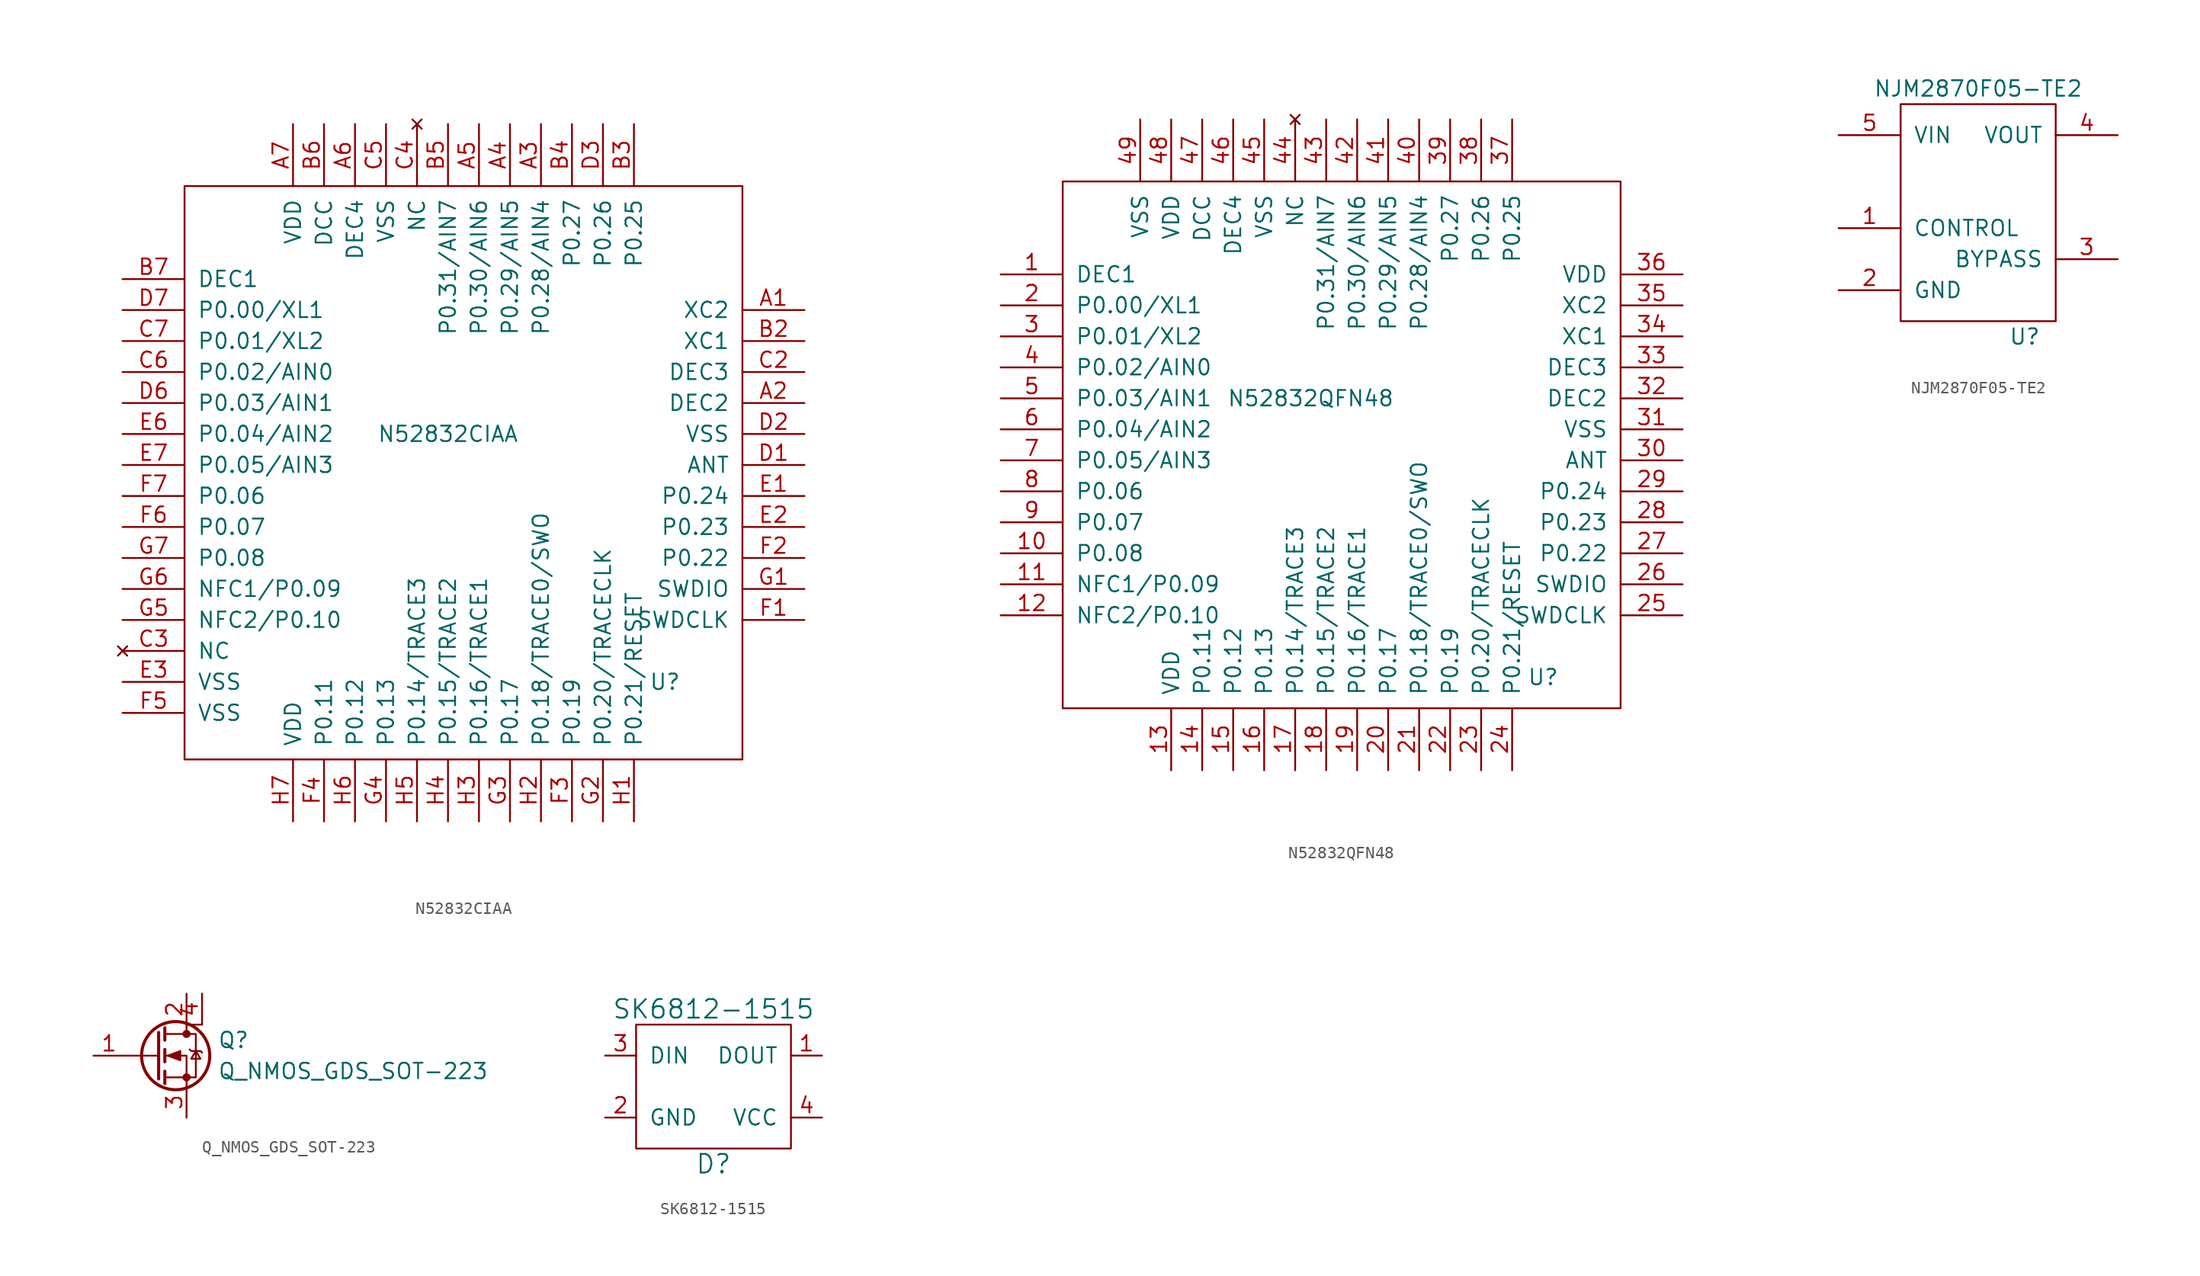
<source format=kicad_sym>
(kicad_symbol_lib
  (version 20231120)
  (generator "kicad_symbol_editor")
  (generator_version "8.0")
  (symbol "N52832CIAA"
    (pin_names
      (offset 1.016))
    (property "Reference" "U"
      (at 17.78 -20.32 0)
      (effects (font (size 1.27 1.27))))
    (property "Value" "N52832CIAA"
      (at 0 0 0)
      (effects (font (size 1.27 1.27))))
    (symbol "N52832CIAA_0_1"
      (rectangle (start -21.59 20.32) (end 24.13 -26.67) (stroke (width 0) (type default)) (fill (type none))))
    (symbol "N52832CIAA_1_1"
      (pin input line (at 29.21 10.16 180) (length 5.08) (name "XC2" (effects (font (size 1.27 1.27)))) (number "A1" (effects (font (size 1.27 1.27)))))
      (pin power_out line (at 29.21 2.54 180) (length 5.08) (name "DEC2" (effects (font (size 1.27 1.27)))) (number "A2" (effects (font (size 1.27 1.27)))))
      (pin bidirectional line (at 7.62 25.4 270) (length 5.08) (name "P0.28/AIN4" (effects (font (size 1.27 1.27)))) (number "A3" (effects (font (size 1.27 1.27)))))
      (pin bidirectional line (at 5.08 25.4 270) (length 5.08) (name "P0.29/AIN5" (effects (font (size 1.27 1.27)))) (number "A4" (effects (font (size 1.27 1.27)))))
      (pin bidirectional line (at 2.54 25.4 270) (length 5.08) (name "P0.30/AIN6" (effects (font (size 1.27 1.27)))) (number "A5" (effects (font (size 1.27 1.27)))))
      (pin power_out line (at -7.62 25.4 270) (length 5.08) (name "DEC4" (effects (font (size 1.27 1.27)))) (number "A6" (effects (font (size 1.27 1.27)))))
      (pin power_in line (at -12.7 25.4 270) (length 5.08) (name "VDD" (effects (font (size 1.27 1.27)))) (number "A7" (effects (font (size 1.27 1.27)))))
      (pin input line (at 29.21 7.62 180) (length 5.08) (name "XC1" (effects (font (size 1.27 1.27)))) (number "B2" (effects (font (size 1.27 1.27)))))
      (pin bidirectional line (at 15.24 25.4 270) (length 5.08) (name "P0.25" (effects (font (size 1.27 1.27)))) (number "B3" (effects (font (size 1.27 1.27)))))
      (pin bidirectional line (at 10.16 25.4 270) (length 5.08) (name "P0.27" (effects (font (size 1.27 1.27)))) (number "B4" (effects (font (size 1.27 1.27)))))
      (pin bidirectional line (at 0 25.4 270) (length 5.08) (name "P0.31/AIN7" (effects (font (size 1.27 1.27)))) (number "B5" (effects (font (size 1.27 1.27)))))
      (pin power_out line (at -10.16 25.4 270) (length 5.08) (name "DCC" (effects (font (size 1.27 1.27)))) (number "B6" (effects (font (size 1.27 1.27)))))
      (pin power_out line (at -26.67 12.7 0) (length 5.08) (name "DEC1" (effects (font (size 1.27 1.27)))) (number "B7" (effects (font (size 1.27 1.27)))))
      (pin power_out line (at 29.21 5.08 180) (length 5.08) (name "DEC3" (effects (font (size 1.27 1.27)))) (number "C2" (effects (font (size 1.27 1.27)))))
      (pin no_connect line (at -26.67 -17.78 0) (length 5.08) (name "NC" (effects (font (size 1.27 1.27)))) (number "C3" (effects (font (size 1.27 1.27)))))
      (pin no_connect line (at -2.54 25.4 270) (length 5.08) (name "NC" (effects (font (size 1.27 1.27)))) (number "C4" (effects (font (size 1.27 1.27)))))
      (pin power_in line (at -5.08 25.4 270) (length 5.08) (name "VSS" (effects (font (size 1.27 1.27)))) (number "C5" (effects (font (size 1.27 1.27)))))
      (pin bidirectional line (at -26.67 5.08 0) (length 5.08) (name "P0.02/AIN0" (effects (font (size 1.27 1.27)))) (number "C6" (effects (font (size 1.27 1.27)))))
      (pin bidirectional line (at -26.67 7.62 0) (length 5.08) (name "P0.01/XL2" (effects (font (size 1.27 1.27)))) (number "C7" (effects (font (size 1.27 1.27)))))
      (pin passive line (at 29.21 -2.54 180) (length 5.08) (name "ANT" (effects (font (size 1.27 1.27)))) (number "D1" (effects (font (size 1.27 1.27)))))
      (pin power_in line (at 29.21 0 180) (length 5.08) (name "VSS" (effects (font (size 1.27 1.27)))) (number "D2" (effects (font (size 1.27 1.27)))))
      (pin bidirectional line (at 12.7 25.4 270) (length 5.08) (name "P0.26" (effects (font (size 1.27 1.27)))) (number "D3" (effects (font (size 1.27 1.27)))))
      (pin bidirectional line (at -26.67 2.54 0) (length 5.08) (name "P0.03/AIN1" (effects (font (size 1.27 1.27)))) (number "D6" (effects (font (size 1.27 1.27)))))
      (pin bidirectional line (at -26.67 10.16 0) (length 5.08) (name "P0.00/XL1" (effects (font (size 1.27 1.27)))) (number "D7" (effects (font (size 1.27 1.27)))))
      (pin bidirectional line (at 29.21 -5.08 180) (length 5.08) (name "P0.24" (effects (font (size 1.27 1.27)))) (number "E1" (effects (font (size 1.27 1.27)))))
      (pin bidirectional line (at 29.21 -7.62 180) (length 5.08) (name "P0.23" (effects (font (size 1.27 1.27)))) (number "E2" (effects (font (size 1.27 1.27)))))
      (pin power_in line (at -26.67 -20.32 0) (length 5.08) (name "VSS" (effects (font (size 1.27 1.27)))) (number "E3" (effects (font (size 1.27 1.27)))))
      (pin bidirectional line (at -26.67 0 0) (length 5.08) (name "P0.04/AIN2" (effects (font (size 1.27 1.27)))) (number "E6" (effects (font (size 1.27 1.27)))))
      (pin bidirectional line (at -26.67 -2.54 0) (length 5.08) (name "P0.05/AIN3" (effects (font (size 1.27 1.27)))) (number "E7" (effects (font (size 1.27 1.27)))))
      (pin input line (at 29.21 -15.24 180) (length 5.08) (name "SWDCLK" (effects (font (size 1.27 1.27)))) (number "F1" (effects (font (size 1.27 1.27)))))
      (pin bidirectional line (at 29.21 -10.16 180) (length 5.08) (name "P0.22" (effects (font (size 1.27 1.27)))) (number "F2" (effects (font (size 1.27 1.27)))))
      (pin bidirectional line (at 10.16 -31.75 90) (length 5.08) (name "P0.19" (effects (font (size 1.27 1.27)))) (number "F3" (effects (font (size 1.27 1.27)))))
      (pin bidirectional line (at -10.16 -31.75 90) (length 5.08) (name "P0.11" (effects (font (size 1.27 1.27)))) (number "F4" (effects (font (size 1.27 1.27)))))
      (pin power_in line (at -26.67 -22.86 0) (length 5.08) (name "VSS" (effects (font (size 1.27 1.27)))) (number "F5" (effects (font (size 1.27 1.27)))))
      (pin bidirectional line (at -26.67 -7.62 0) (length 5.08) (name "P0.07" (effects (font (size 1.27 1.27)))) (number "F6" (effects (font (size 1.27 1.27)))))
      (pin bidirectional line (at -26.67 -5.08 0) (length 5.08) (name "P0.06" (effects (font (size 1.27 1.27)))) (number "F7" (effects (font (size 1.27 1.27)))))
      (pin bidirectional line (at 29.21 -12.7 180) (length 5.08) (name "SWDIO" (effects (font (size 1.27 1.27)))) (number "G1" (effects (font (size 1.27 1.27)))))
      (pin bidirectional line (at 12.7 -31.75 90) (length 5.08) (name "P0.20/TRACECLK" (effects (font (size 1.27 1.27)))) (number "G2" (effects (font (size 1.27 1.27)))))
      (pin bidirectional line (at 5.08 -31.75 90) (length 5.08) (name "P0.17" (effects (font (size 1.27 1.27)))) (number "G3" (effects (font (size 1.27 1.27)))))
      (pin bidirectional line (at -5.08 -31.75 90) (length 5.08) (name "P0.13" (effects (font (size 1.27 1.27)))) (number "G4" (effects (font (size 1.27 1.27)))))
      (pin bidirectional line (at -26.67 -15.24 0) (length 5.08) (name "NFC2/P0.10" (effects (font (size 1.27 1.27)))) (number "G5" (effects (font (size 1.27 1.27)))))
      (pin bidirectional line (at -26.67 -12.7 0) (length 5.08) (name "NFC1/P0.09" (effects (font (size 1.27 1.27)))) (number "G6" (effects (font (size 1.27 1.27)))))
      (pin bidirectional line (at -26.67 -10.16 0) (length 5.08) (name "P0.08" (effects (font (size 1.27 1.27)))) (number "G7" (effects (font (size 1.27 1.27)))))
      (pin bidirectional line (at 15.24 -31.75 90) (length 5.08) (name "P0.21/RESET" (effects (font (size 1.27 1.27)))) (number "H1" (effects (font (size 1.27 1.27)))))
      (pin bidirectional line (at 7.62 -31.75 90) (length 5.08) (name "P0.18/TRACE0/SWO" (effects (font (size 1.27 1.27)))) (number "H2" (effects (font (size 1.27 1.27)))))
      (pin bidirectional line (at 2.54 -31.75 90) (length 5.08) (name "P0.16/TRACE1" (effects (font (size 1.27 1.27)))) (number "H3" (effects (font (size 1.27 1.27)))))
      (pin bidirectional line (at 0 -31.75 90) (length 5.08) (name "P0.15/TRACE2" (effects (font (size 1.27 1.27)))) (number "H4" (effects (font (size 1.27 1.27)))))
      (pin bidirectional line (at -2.54 -31.75 90) (length 5.08) (name "P0.14/TRACE3" (effects (font (size 1.27 1.27)))) (number "H5" (effects (font (size 1.27 1.27)))))
      (pin bidirectional line (at -7.62 -31.75 90) (length 5.08) (name "P0.12" (effects (font (size 1.27 1.27)))) (number "H6" (effects (font (size 1.27 1.27)))))
      (pin power_in line (at -12.7 -31.75 90) (length 5.08) (name "VDD" (effects (font (size 1.27 1.27)))) (number "H7" (effects (font (size 1.27 1.27)))))))
  (symbol "N52832QFN48"
    (pin_names
      (offset 1.016))
    (property "Reference" "U"
      (at 17.78 -20.32 0)
      (effects (font (size 1.27 1.27))))
    (property "Value" "N52832QFN48"
      (at -1.27 2.54 0)
      (effects (font (size 1.27 1.27))))
    (symbol "N52832QFN48_0_1"
      (rectangle (start -21.59 20.32) (end 24.13 -22.86) (stroke (width 0) (type default)) (fill (type none))))
    (symbol "N52832QFN48_1_1"
      (pin power_out line (at -26.67 12.7 0) (length 5.08) (name "DEC1" (effects (font (size 1.27 1.27)))) (number "1" (effects (font (size 1.27 1.27)))))
      (pin bidirectional line (at -26.67 -10.16 0) (length 5.08) (name "P0.08" (effects (font (size 1.27 1.27)))) (number "10" (effects (font (size 1.27 1.27)))))
      (pin bidirectional line (at -26.67 -12.7 0) (length 5.08) (name "NFC1/P0.09" (effects (font (size 1.27 1.27)))) (number "11" (effects (font (size 1.27 1.27)))))
      (pin bidirectional line (at -26.67 -15.24 0) (length 5.08) (name "NFC2/P0.10" (effects (font (size 1.27 1.27)))) (number "12" (effects (font (size 1.27 1.27)))))
      (pin power_in line (at -12.7 -27.94 90) (length 5.08) (name "VDD" (effects (font (size 1.27 1.27)))) (number "13" (effects (font (size 1.27 1.27)))))
      (pin bidirectional line (at -10.16 -27.94 90) (length 5.08) (name "P0.11" (effects (font (size 1.27 1.27)))) (number "14" (effects (font (size 1.27 1.27)))))
      (pin bidirectional line (at -7.62 -27.94 90) (length 5.08) (name "P0.12" (effects (font (size 1.27 1.27)))) (number "15" (effects (font (size 1.27 1.27)))))
      (pin bidirectional line (at -5.08 -27.94 90) (length 5.08) (name "P0.13" (effects (font (size 1.27 1.27)))) (number "16" (effects (font (size 1.27 1.27)))))
      (pin bidirectional line (at -2.54 -27.94 90) (length 5.08) (name "P0.14/TRACE3" (effects (font (size 1.27 1.27)))) (number "17" (effects (font (size 1.27 1.27)))))
      (pin bidirectional line (at 0 -27.94 90) (length 5.08) (name "P0.15/TRACE2" (effects (font (size 1.27 1.27)))) (number "18" (effects (font (size 1.27 1.27)))))
      (pin bidirectional line (at 2.54 -27.94 90) (length 5.08) (name "P0.16/TRACE1" (effects (font (size 1.27 1.27)))) (number "19" (effects (font (size 1.27 1.27)))))
      (pin bidirectional line (at -26.67 10.16 0) (length 5.08) (name "P0.00/XL1" (effects (font (size 1.27 1.27)))) (number "2" (effects (font (size 1.27 1.27)))))
      (pin bidirectional line (at 5.08 -27.94 90) (length 5.08) (name "P0.17" (effects (font (size 1.27 1.27)))) (number "20" (effects (font (size 1.27 1.27)))))
      (pin bidirectional line (at 7.62 -27.94 90) (length 5.08) (name "P0.18/TRACE0/SWO" (effects (font (size 1.27 1.27)))) (number "21" (effects (font (size 1.27 1.27)))))
      (pin bidirectional line (at 10.16 -27.94 90) (length 5.08) (name "P0.19" (effects (font (size 1.27 1.27)))) (number "22" (effects (font (size 1.27 1.27)))))
      (pin bidirectional line (at 12.7 -27.94 90) (length 5.08) (name "P0.20/TRACECLK" (effects (font (size 1.27 1.27)))) (number "23" (effects (font (size 1.27 1.27)))))
      (pin bidirectional line (at 15.24 -27.94 90) (length 5.08) (name "P0.21/RESET" (effects (font (size 1.27 1.27)))) (number "24" (effects (font (size 1.27 1.27)))))
      (pin input line (at 29.21 -15.24 180) (length 5.08) (name "SWDCLK" (effects (font (size 1.27 1.27)))) (number "25" (effects (font (size 1.27 1.27)))))
      (pin bidirectional line (at 29.21 -12.7 180) (length 5.08) (name "SWDIO" (effects (font (size 1.27 1.27)))) (number "26" (effects (font (size 1.27 1.27)))))
      (pin bidirectional line (at 29.21 -10.16 180) (length 5.08) (name "P0.22" (effects (font (size 1.27 1.27)))) (number "27" (effects (font (size 1.27 1.27)))))
      (pin bidirectional line (at 29.21 -7.62 180) (length 5.08) (name "P0.23" (effects (font (size 1.27 1.27)))) (number "28" (effects (font (size 1.27 1.27)))))
      (pin bidirectional line (at 29.21 -5.08 180) (length 5.08) (name "P0.24" (effects (font (size 1.27 1.27)))) (number "29" (effects (font (size 1.27 1.27)))))
      (pin bidirectional line (at -26.67 7.62 0) (length 5.08) (name "P0.01/XL2" (effects (font (size 1.27 1.27)))) (number "3" (effects (font (size 1.27 1.27)))))
      (pin passive line (at 29.21 -2.54 180) (length 5.08) (name "ANT" (effects (font (size 1.27 1.27)))) (number "30" (effects (font (size 1.27 1.27)))))
      (pin power_in line (at 29.21 0 180) (length 5.08) (name "VSS" (effects (font (size 1.27 1.27)))) (number "31" (effects (font (size 1.27 1.27)))))
      (pin power_out line (at 29.21 2.54 180) (length 5.08) (name "DEC2" (effects (font (size 1.27 1.27)))) (number "32" (effects (font (size 1.27 1.27)))))
      (pin power_out line (at 29.21 5.08 180) (length 5.08) (name "DEC3" (effects (font (size 1.27 1.27)))) (number "33" (effects (font (size 1.27 1.27)))))
      (pin input line (at 29.21 7.62 180) (length 5.08) (name "XC1" (effects (font (size 1.27 1.27)))) (number "34" (effects (font (size 1.27 1.27)))))
      (pin input line (at 29.21 10.16 180) (length 5.08) (name "XC2" (effects (font (size 1.27 1.27)))) (number "35" (effects (font (size 1.27 1.27)))))
      (pin power_in line (at 29.21 12.7 180) (length 5.08) (name "VDD" (effects (font (size 1.27 1.27)))) (number "36" (effects (font (size 1.27 1.27)))))
      (pin bidirectional line (at 15.24 25.4 270) (length 5.08) (name "P0.25" (effects (font (size 1.27 1.27)))) (number "37" (effects (font (size 1.27 1.27)))))
      (pin bidirectional line (at 12.7 25.4 270) (length 5.08) (name "P0.26" (effects (font (size 1.27 1.27)))) (number "38" (effects (font (size 1.27 1.27)))))
      (pin bidirectional line (at 10.16 25.4 270) (length 5.08) (name "P0.27" (effects (font (size 1.27 1.27)))) (number "39" (effects (font (size 1.27 1.27)))))
      (pin bidirectional line (at -26.67 5.08 0) (length 5.08) (name "P0.02/AIN0" (effects (font (size 1.27 1.27)))) (number "4" (effects (font (size 1.27 1.27)))))
      (pin bidirectional line (at 7.62 25.4 270) (length 5.08) (name "P0.28/AIN4" (effects (font (size 1.27 1.27)))) (number "40" (effects (font (size 1.27 1.27)))))
      (pin bidirectional line (at 5.08 25.4 270) (length 5.08) (name "P0.29/AIN5" (effects (font (size 1.27 1.27)))) (number "41" (effects (font (size 1.27 1.27)))))
      (pin bidirectional line (at 2.54 25.4 270) (length 5.08) (name "P0.30/AIN6" (effects (font (size 1.27 1.27)))) (number "42" (effects (font (size 1.27 1.27)))))
      (pin bidirectional line (at 0 25.4 270) (length 5.08) (name "P0.31/AIN7" (effects (font (size 1.27 1.27)))) (number "43" (effects (font (size 1.27 1.27)))))
      (pin no_connect line (at -2.54 25.4 270) (length 5.08) (name "NC" (effects (font (size 1.27 1.27)))) (number "44" (effects (font (size 1.27 1.27)))))
      (pin power_in line (at -5.08 25.4 270) (length 5.08) (name "VSS" (effects (font (size 1.27 1.27)))) (number "45" (effects (font (size 1.27 1.27)))))
      (pin power_out line (at -7.62 25.4 270) (length 5.08) (name "DEC4" (effects (font (size 1.27 1.27)))) (number "46" (effects (font (size 1.27 1.27)))))
      (pin power_out line (at -10.16 25.4 270) (length 5.08) (name "DCC" (effects (font (size 1.27 1.27)))) (number "47" (effects (font (size 1.27 1.27)))))
      (pin power_in line (at -12.7 25.4 270) (length 5.08) (name "VDD" (effects (font (size 1.27 1.27)))) (number "48" (effects (font (size 1.27 1.27)))))
      (pin power_in line (at -15.24 25.4 270) (length 5.08) (name "VSS" (effects (font (size 1.27 1.27)))) (number "49" (effects (font (size 1.27 1.27)))))
      (pin bidirectional line (at -26.67 2.54 0) (length 5.08) (name "P0.03/AIN1" (effects (font (size 1.27 1.27)))) (number "5" (effects (font (size 1.27 1.27)))))
      (pin bidirectional line (at -26.67 0 0) (length 5.08) (name "P0.04/AIN2" (effects (font (size 1.27 1.27)))) (number "6" (effects (font (size 1.27 1.27)))))
      (pin bidirectional line (at -26.67 -2.54 0) (length 5.08) (name "P0.05/AIN3" (effects (font (size 1.27 1.27)))) (number "7" (effects (font (size 1.27 1.27)))))
      (pin bidirectional line (at -26.67 -5.08 0) (length 5.08) (name "P0.06" (effects (font (size 1.27 1.27)))) (number "8" (effects (font (size 1.27 1.27)))))
      (pin bidirectional line (at -26.67 -7.62 0) (length 5.08) (name "P0.07" (effects (font (size 1.27 1.27)))) (number "9" (effects (font (size 1.27 1.27)))))))
  (symbol "NJM2870F05-TE2"
    (pin_names
      (offset 1.016))
    (property "Reference" "U"
      (at 3.81 -10.16 0)
      (effects (font (size 1.27 1.27))))
    (property "Value" "NJM2870F05-TE2"
      (at 0 10.16 0)
      (effects (font (size 1.27 1.27))))
    (symbol "NJM2870F05-TE2_0_1"
      (rectangle (start -6.35 8.89) (end 6.35 -8.89) (stroke (width 0) (type default)) (fill (type none))))
    (symbol "NJM2870F05-TE2_1_1"
      (pin input line (at -11.43 -1.27 0) (length 5.08) (name "CONTROL" (effects (font (size 1.27 1.27)))) (number "1" (effects (font (size 1.27 1.27)))))
      (pin power_in line (at -11.43 -6.35 0) (length 5.08) (name "GND" (effects (font (size 1.27 1.27)))) (number "2" (effects (font (size 1.27 1.27)))))
      (pin power_out line (at 11.43 -3.81 180) (length 5.08) (name "BYPASS" (effects (font (size 1.27 1.27)))) (number "3" (effects (font (size 1.27 1.27)))))
      (pin power_out line (at 11.43 6.35 180) (length 5.08) (name "VOUT" (effects (font (size 1.27 1.27)))) (number "4" (effects (font (size 1.27 1.27)))))
      (pin power_in line (at -11.43 6.35 0) (length 5.08) (name "VIN" (effects (font (size 1.27 1.27)))) (number "5" (effects (font (size 1.27 1.27)))))))
  (symbol "Q_NMOS_GDS_SOT-223"
    (pin_names
      (offset 0) hide)
    (property "Reference" "Q"
      (at 5.08 1.27 0)
      (effects (font (size 1.27 1.27)) (justify left)))
    (property "Value" "Q_NMOS_GDS_SOT-223"
      (at 5.08 -1.27 0)
      (effects (font (size 1.27 1.27)) (justify left)))
    (symbol "Q_NMOS_GDS_SOT-223_0_1"
      (polyline (pts (xy 0.254 0) (xy -2.54 0)) (stroke (width 0) (type default)) (fill (type none)))
      (polyline (pts (xy 0.254 1.905) (xy 0.254 -1.905)) (stroke (width 0.254) (type default)) (fill (type none)))
      (polyline (pts (xy 0.762 -1.27) (xy 0.762 -2.286)) (stroke (width 0.254) (type default)) (fill (type none)))
      (polyline (pts (xy 0.762 0.508) (xy 0.762 -0.508)) (stroke (width 0.254) (type default)) (fill (type none)))
      (polyline (pts (xy 0.762 2.286) (xy 0.762 1.27)) (stroke (width 0.254) (type default)) (fill (type none)))
      (polyline (pts (xy 2.54 2.54) (xy 2.54 1.778)) (stroke (width 0) (type default)) (fill (type none)))
      (polyline (pts (xy 3.81 2.54) (xy 2.54 2.54)) (stroke (width 0) (type default)) (fill (type none)))
      (polyline (pts (xy 2.54 -2.54) (xy 2.54 0) (xy 0.762 0)) (stroke (width 0) (type default)) (fill (type none)))
      (polyline (pts (xy 0.762 -1.778) (xy 3.302 -1.778) (xy 3.302 1.778) (xy 0.762 1.778)) (stroke (width 0) (type default)) (fill (type none)))
      (polyline (pts (xy 1.016 0) (xy 2.032 0.381) (xy 2.032 -0.381) (xy 1.016 0)) (stroke (width 0) (type default)) (fill (type outline)))
      (polyline (pts (xy 2.794 0.508) (xy 2.921 0.381) (xy 3.683 0.381) (xy 3.81 0.254)) (stroke (width 0) (type default)) (fill (type none)))
      (polyline (pts (xy 3.302 0.381) (xy 2.921 -0.254) (xy 3.683 -0.254) (xy 3.302 0.381)) (stroke (width 0) (type default)) (fill (type none)))
      (circle (center 1.651 0) (radius 2.794) (stroke (width 0.254) (type default)) (fill (type none)))
      (circle (center 2.54 -1.778) (radius 0.254) (stroke (width 0) (type default)) (fill (type outline)))
      (circle (center 2.54 1.778) (radius 0.254) (stroke (width 0) (type default)) (fill (type outline))))
    (symbol "Q_NMOS_GDS_SOT-223_1_1"
      (pin input line (at -5.08 0 0) (length 2.54) (name "G" (effects (font (size 1.27 1.27)))) (number "1" (effects (font (size 1.27 1.27)))))
      (pin passive line (at 2.54 5.08 270) (length 2.54) (name "D" (effects (font (size 1.27 1.27)))) (number "2" (effects (font (size 1.27 1.27)))))
      (pin passive line (at 2.54 -5.08 90) (length 2.54) (name "S" (effects (font (size 1.27 1.27)))) (number "3" (effects (font (size 1.27 1.27)))))
      (pin passive line (at 3.81 5.08 270) (length 2.54) (name "~" (effects (font (size 1.27 1.27)))) (number "4" (effects (font (size 1.27 1.27)))))))
  (symbol "SK6812-1515"
    (pin_names
      (offset 1.016))
    (property "Reference" "D"
      (at 0 -6.35 0)
      (effects (font (size 1.524 1.524))))
    (property "Value" "SK6812-1515"
      (at 0 6.35 0)
      (effects (font (size 1.524 1.524))))
    (symbol "SK6812-1515_0_1"
      (rectangle (start -6.35 5.08) (end 6.35 -5.08) (stroke (width 0) (type default)) (fill (type none))))
    (symbol "SK6812-1515_1_1"
      (pin output line (at 8.89 2.54 180) (length 2.54) (name "DOUT" (effects (font (size 1.27 1.27)))) (number "1" (effects (font (size 1.27 1.27)))))
      (pin power_in line (at -8.89 -2.54 0) (length 2.54) (name "GND" (effects (font (size 1.27 1.27)))) (number "2" (effects (font (size 1.27 1.27)))))
      (pin input line (at -8.89 2.54 0) (length 2.54) (name "DIN" (effects (font (size 1.27 1.27)))) (number "3" (effects (font (size 1.27 1.27)))))
      (pin power_in line (at 8.89 -2.54 180) (length 2.54) (name "VCC" (effects (font (size 1.27 1.27)))) (number "4" (effects (font (size 1.27 1.27))))))))
</source>
